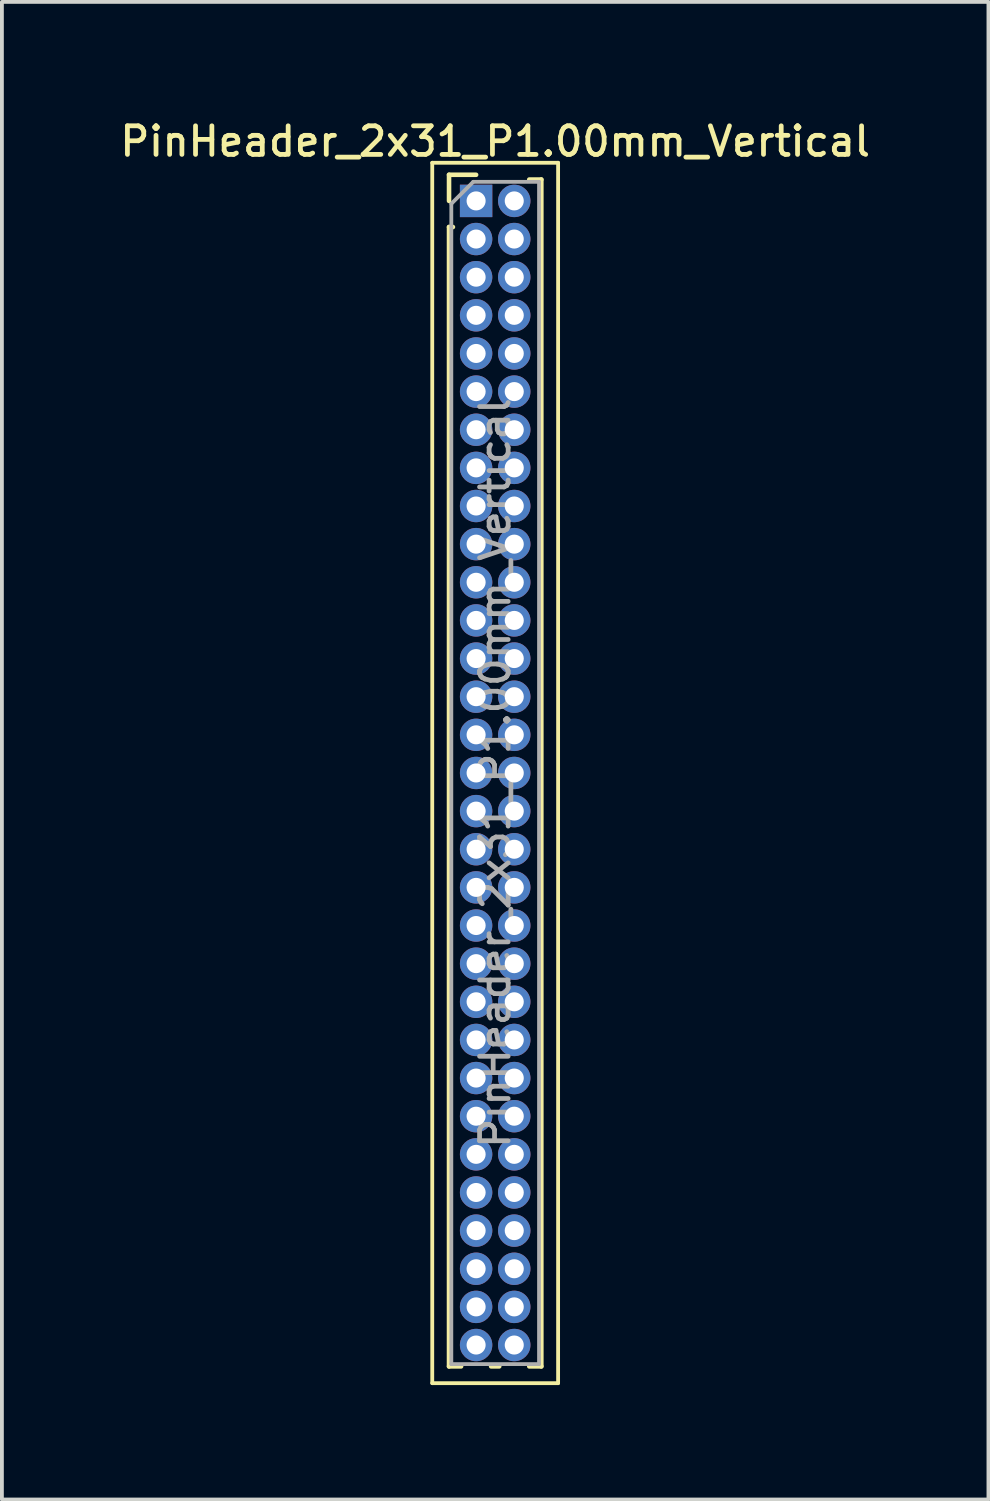
<source format=kicad_pcb>
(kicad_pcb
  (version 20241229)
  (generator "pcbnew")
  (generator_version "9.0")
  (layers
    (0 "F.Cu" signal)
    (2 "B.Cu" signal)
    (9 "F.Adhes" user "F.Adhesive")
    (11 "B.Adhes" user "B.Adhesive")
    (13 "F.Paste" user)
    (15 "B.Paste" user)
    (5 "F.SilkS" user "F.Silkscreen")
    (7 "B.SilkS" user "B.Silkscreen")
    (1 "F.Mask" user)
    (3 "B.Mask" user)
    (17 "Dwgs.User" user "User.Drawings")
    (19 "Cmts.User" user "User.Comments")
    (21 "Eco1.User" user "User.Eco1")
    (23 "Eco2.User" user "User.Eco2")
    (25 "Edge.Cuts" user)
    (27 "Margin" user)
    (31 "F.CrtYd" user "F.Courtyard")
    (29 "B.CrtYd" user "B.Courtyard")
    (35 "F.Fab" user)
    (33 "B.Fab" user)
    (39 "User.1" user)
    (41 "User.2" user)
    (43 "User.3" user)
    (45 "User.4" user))
  (footprint "PinHeader_2x31_P1.00mm_Vertical"
    (layer "F.Cu")
    (at 9.434 2.218)
    (property "Reference" "PinHeader_2x31_P1.00mm_Vertical" (at 0.5 -1.56 0) (layer "F.SilkS") (effects (font (size 0.75 0.75) (thickness 0.125))))
    (attr through_hole)
    (fp_line (start -1.15 -1) (end -1.15 31) (stroke (width 0.1) (type solid)) (layer "F.SilkS"))
    (fp_line (start -1.15 31) (end 2.15 31) (stroke (width 0.1) (type solid)) (layer "F.SilkS"))
    (fp_line (start -0.71 -0.685) (end 0 -0.685) (stroke (width 0.12) (type solid)) (layer "F.SilkS"))
    (fp_line (start -0.71 0) (end -0.71 -0.685) (stroke (width 0.12) (type solid)) (layer "F.SilkS"))
    (fp_line (start -0.71 0.685) (end -0.71 30.56) (stroke (width 0.12) (type solid)) (layer "F.SilkS"))
    (fp_line (start -0.71 0.685) (end -0.608 0.685) (stroke (width 0.12) (type solid)) (layer "F.SilkS"))
    (fp_line (start -0.71 30.56) (end -0.394 30.56) (stroke (width 0.12) (type solid)) (layer "F.SilkS"))
    (fp_line (start 0.394 30.56) (end 0.606 30.56) (stroke (width 0.12) (type solid)) (layer "F.SilkS"))
    (fp_line (start 1.394 -0.56) (end 1.71 -0.56) (stroke (width 0.12) (type solid)) (layer "F.SilkS"))
    (fp_line (start 1.394 30.56) (end 1.71 30.56) (stroke (width 0.12) (type solid)) (layer "F.SilkS"))
    (fp_line (start 1.71 -0.56) (end 1.71 30.56) (stroke (width 0.12) (type solid)) (layer "F.SilkS"))
    (fp_line (start 2.15 -1) (end -1.15 -1) (stroke (width 0.1) (type solid)) (layer "F.SilkS"))
    (fp_line (start 2.15 31) (end 2.15 -1) (stroke (width 0.1) (type solid)) (layer "F.SilkS"))
    (fp_line (start -0.65 0.075) (end -0.075 -0.5) (stroke (width 0.1) (type solid)) (layer "F.Fab"))
    (fp_line (start -0.65 30.5) (end -0.65 0.075) (stroke (width 0.1) (type solid)) (layer "F.Fab"))
    (fp_line (start -0.075 -0.5) (end 1.65 -0.5) (stroke (width 0.1) (type solid)) (layer "F.Fab"))
    (fp_line (start 1.65 -0.5) (end 1.65 30.5) (stroke (width 0.1) (type solid)) (layer "F.Fab"))
    (fp_line (start 1.65 30.5) (end -0.65 30.5) (stroke (width 0.1) (type solid)) (layer "F.Fab"))
    (fp_text user "${REFERENCE}" (at 0.5 15 90) (layer "F.Fab") (effects (font (size 0.75 0.75) (thickness 0.125))))
    (pad "1" thru_hole rect (at 0 0) (size 0.85 0.85) (drill 0.5) (layers "*.Cu" "*.Mask"))
    (pad "2" thru_hole oval (at 1 0) (size 0.85 0.85) (drill 0.5) (layers "*.Cu" "*.Mask"))
    (pad "3" thru_hole oval (at 0 1) (size 0.85 0.85) (drill 0.5) (layers "*.Cu" "*.Mask"))
    (pad "4" thru_hole oval (at 1 1) (size 0.85 0.85) (drill 0.5) (layers "*.Cu" "*.Mask"))
    (pad "5" thru_hole oval (at 0 2) (size 0.85 0.85) (drill 0.5) (layers "*.Cu" "*.Mask"))
    (pad "6" thru_hole oval (at 1 2) (size 0.85 0.85) (drill 0.5) (layers "*.Cu" "*.Mask"))
    (pad "7" thru_hole oval (at 0 3) (size 0.85 0.85) (drill 0.5) (layers "*.Cu" "*.Mask"))
    (pad "8" thru_hole oval (at 1 3) (size 0.85 0.85) (drill 0.5) (layers "*.Cu" "*.Mask"))
    (pad "9" thru_hole oval (at 0 4) (size 0.85 0.85) (drill 0.5) (layers "*.Cu" "*.Mask"))
    (pad "10" thru_hole oval (at 1 4) (size 0.85 0.85) (drill 0.5) (layers "*.Cu" "*.Mask"))
    (pad "11" thru_hole oval (at 0 5) (size 0.85 0.85) (drill 0.5) (layers "*.Cu" "*.Mask"))
    (pad "12" thru_hole oval (at 1 5) (size 0.85 0.85) (drill 0.5) (layers "*.Cu" "*.Mask"))
    (pad "13" thru_hole oval (at 0 6) (size 0.85 0.85) (drill 0.5) (layers "*.Cu" "*.Mask"))
    (pad "14" thru_hole oval (at 1 6) (size 0.85 0.85) (drill 0.5) (layers "*.Cu" "*.Mask"))
    (pad "15" thru_hole oval (at 0 7) (size 0.85 0.85) (drill 0.5) (layers "*.Cu" "*.Mask"))
    (pad "16" thru_hole oval (at 1 7) (size 0.85 0.85) (drill 0.5) (layers "*.Cu" "*.Mask"))
    (pad "17" thru_hole oval (at 0 8) (size 0.85 0.85) (drill 0.5) (layers "*.Cu" "*.Mask"))
    (pad "18" thru_hole oval (at 1 8) (size 0.85 0.85) (drill 0.5) (layers "*.Cu" "*.Mask"))
    (pad "19" thru_hole oval (at 0 9) (size 0.85 0.85) (drill 0.5) (layers "*.Cu" "*.Mask"))
    (pad "20" thru_hole oval (at 1 9) (size 0.85 0.85) (drill 0.5) (layers "*.Cu" "*.Mask"))
    (pad "21" thru_hole oval (at 0 10) (size 0.85 0.85) (drill 0.5) (layers "*.Cu" "*.Mask"))
    (pad "22" thru_hole oval (at 1 10) (size 0.85 0.85) (drill 0.5) (layers "*.Cu" "*.Mask"))
    (pad "23" thru_hole oval (at 0 11) (size 0.85 0.85) (drill 0.5) (layers "*.Cu" "*.Mask"))
    (pad "24" thru_hole oval (at 1 11) (size 0.85 0.85) (drill 0.5) (layers "*.Cu" "*.Mask"))
    (pad "25" thru_hole oval (at 0 12) (size 0.85 0.85) (drill 0.5) (layers "*.Cu" "*.Mask"))
    (pad "26" thru_hole oval (at 1 12) (size 0.85 0.85) (drill 0.5) (layers "*.Cu" "*.Mask"))
    (pad "27" thru_hole oval (at 0 13) (size 0.85 0.85) (drill 0.5) (layers "*.Cu" "*.Mask"))
    (pad "28" thru_hole oval (at 1 13) (size 0.85 0.85) (drill 0.5) (layers "*.Cu" "*.Mask"))
    (pad "29" thru_hole oval (at 0 14) (size 0.85 0.85) (drill 0.5) (layers "*.Cu" "*.Mask"))
    (pad "30" thru_hole oval (at 1 14) (size 0.85 0.85) (drill 0.5) (layers "*.Cu" "*.Mask"))
    (pad "31" thru_hole oval (at 0 15) (size 0.85 0.85) (drill 0.5) (layers "*.Cu" "*.Mask"))
    (pad "32" thru_hole oval (at 1 15) (size 0.85 0.85) (drill 0.5) (layers "*.Cu" "*.Mask"))
    (pad "33" thru_hole oval (at 0 16) (size 0.85 0.85) (drill 0.5) (layers "*.Cu" "*.Mask"))
    (pad "34" thru_hole oval (at 1 16) (size 0.85 0.85) (drill 0.5) (layers "*.Cu" "*.Mask"))
    (pad "35" thru_hole oval (at 0 17) (size 0.85 0.85) (drill 0.5) (layers "*.Cu" "*.Mask"))
    (pad "36" thru_hole oval (at 1 17) (size 0.85 0.85) (drill 0.5) (layers "*.Cu" "*.Mask"))
    (pad "37" thru_hole oval (at 0 18) (size 0.85 0.85) (drill 0.5) (layers "*.Cu" "*.Mask"))
    (pad "38" thru_hole oval (at 1 18) (size 0.85 0.85) (drill 0.5) (layers "*.Cu" "*.Mask"))
    (pad "39" thru_hole oval (at 0 19) (size 0.85 0.85) (drill 0.5) (layers "*.Cu" "*.Mask"))
    (pad "40" thru_hole oval (at 1 19) (size 0.85 0.85) (drill 0.5) (layers "*.Cu" "*.Mask"))
    (pad "41" thru_hole oval (at 0 20) (size 0.85 0.85) (drill 0.5) (layers "*.Cu" "*.Mask"))
    (pad "42" thru_hole oval (at 1 20) (size 0.85 0.85) (drill 0.5) (layers "*.Cu" "*.Mask"))
    (pad "43" thru_hole oval (at 0 21) (size 0.85 0.85) (drill 0.5) (layers "*.Cu" "*.Mask"))
    (pad "44" thru_hole oval (at 1 21) (size 0.85 0.85) (drill 0.5) (layers "*.Cu" "*.Mask"))
    (pad "45" thru_hole oval (at 0 22) (size 0.85 0.85) (drill 0.5) (layers "*.Cu" "*.Mask"))
    (pad "46" thru_hole oval (at 1 22) (size 0.85 0.85) (drill 0.5) (layers "*.Cu" "*.Mask"))
    (pad "47" thru_hole oval (at 0 23) (size 0.85 0.85) (drill 0.5) (layers "*.Cu" "*.Mask"))
    (pad "48" thru_hole oval (at 1 23) (size 0.85 0.85) (drill 0.5) (layers "*.Cu" "*.Mask"))
    (pad "49" thru_hole oval (at 0 24) (size 0.85 0.85) (drill 0.5) (layers "*.Cu" "*.Mask"))
    (pad "50" thru_hole oval (at 1 24) (size 0.85 0.85) (drill 0.5) (layers "*.Cu" "*.Mask"))
    (pad "51" thru_hole oval (at 0 25) (size 0.85 0.85) (drill 0.5) (layers "*.Cu" "*.Mask"))
    (pad "52" thru_hole oval (at 1 25) (size 0.85 0.85) (drill 0.5) (layers "*.Cu" "*.Mask"))
    (pad "53" thru_hole oval (at 0 26) (size 0.85 0.85) (drill 0.5) (layers "*.Cu" "*.Mask"))
    (pad "54" thru_hole oval (at 1 26) (size 0.85 0.85) (drill 0.5) (layers "*.Cu" "*.Mask"))
    (pad "55" thru_hole oval (at 0 27) (size 0.85 0.85) (drill 0.5) (layers "*.Cu" "*.Mask"))
    (pad "56" thru_hole oval (at 1 27) (size 0.85 0.85) (drill 0.5) (layers "*.Cu" "*.Mask"))
    (pad "57" thru_hole oval (at 0 28) (size 0.85 0.85) (drill 0.5) (layers "*.Cu" "*.Mask"))
    (pad "58" thru_hole oval (at 1 28) (size 0.85 0.85) (drill 0.5) (layers "*.Cu" "*.Mask"))
    (pad "59" thru_hole oval (at 0 29) (size 0.85 0.85) (drill 0.5) (layers "*.Cu" "*.Mask"))
    (pad "60" thru_hole oval (at 1 29) (size 0.85 0.85) (drill 0.5) (layers "*.Cu" "*.Mask"))
    (pad "61" thru_hole oval (at 0 30) (size 0.85 0.85) (drill 0.5) (layers "*.Cu" "*.Mask"))
    (pad "62" thru_hole oval (at 1 30) (size 0.85 0.85) (drill 0.5) (layers "*.Cu" "*.Mask")))
  (gr_rect
    (start -3 -3)
    (end 22.868 36.268)
    (stroke (width 0.1) (type default))
    (fill no)
    (layer "Edge.Cuts")))
</source>
